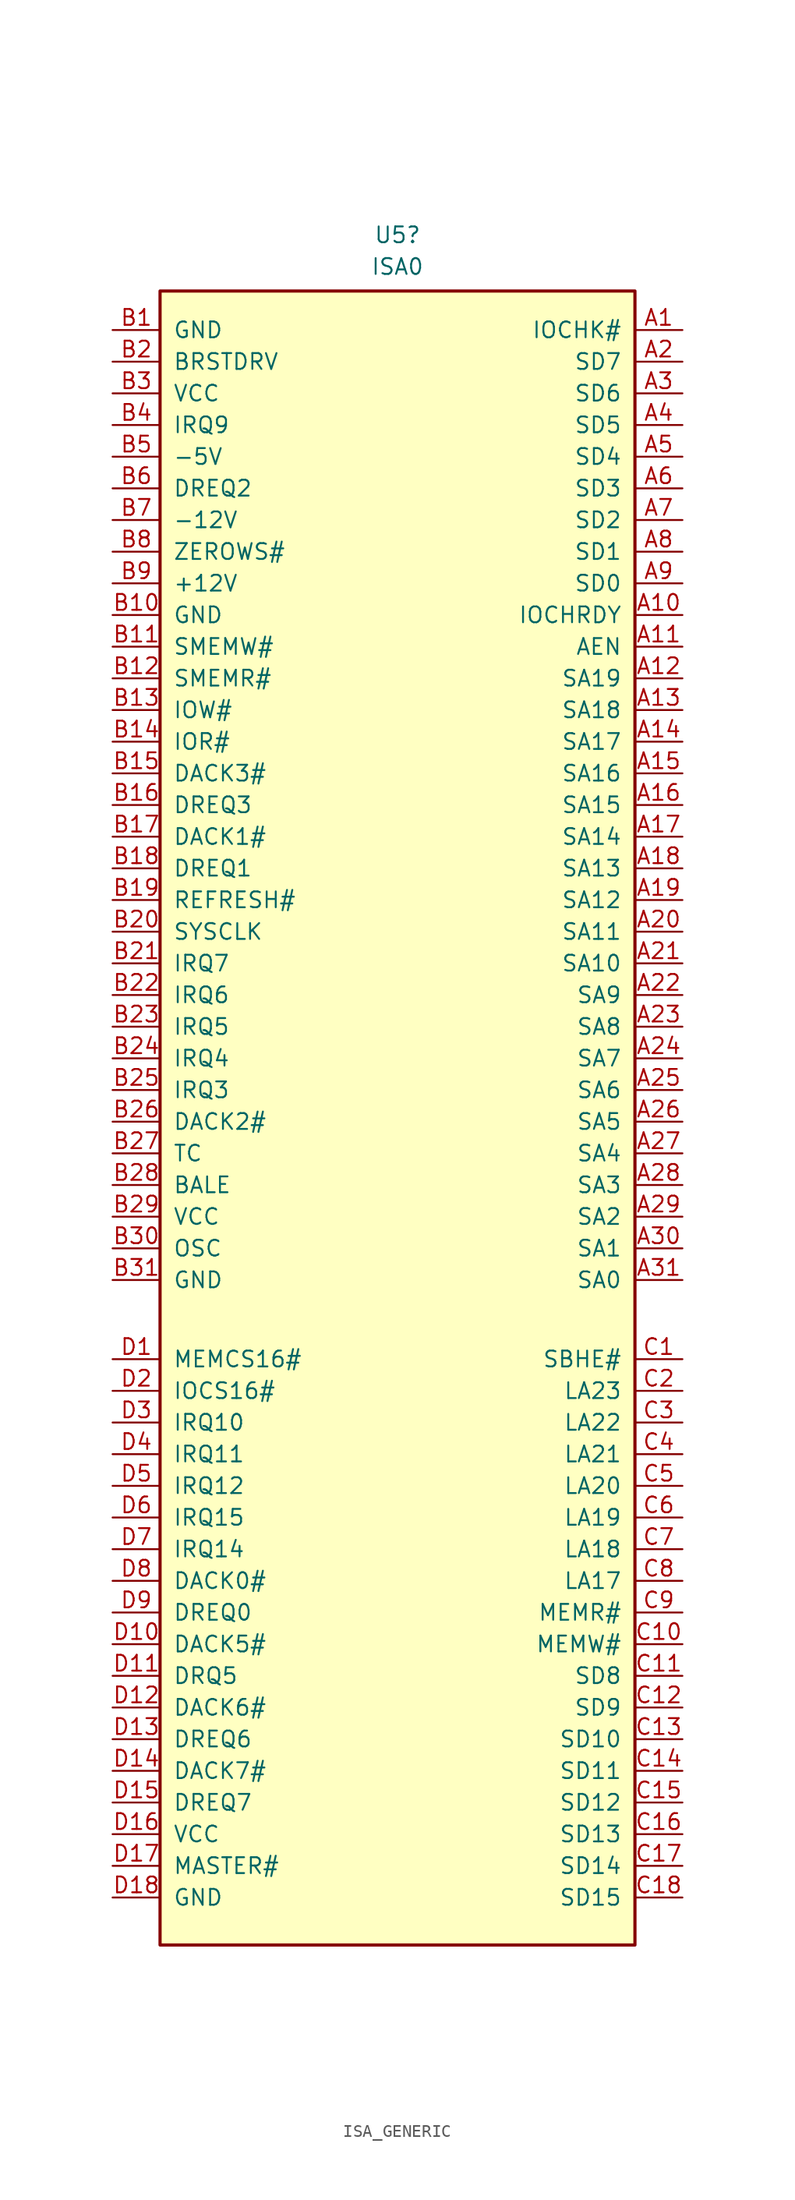
<source format=kicad_sym>
(kicad_symbol_lib
  (version 20240819)
  (generator "kicad_symbol_editor")
  (generator_version "8.99")
  (symbol "ISA_GENERIC"
    (pin_names
      (offset 1.016))
    (property "Reference" "U5"
      (at -2.54 72.39 0)
      (effects (font (size 1.27 1.27))))
    (property "Value" "ISA0"
      (at -2.54 69.85 0)
      (effects (font (size 1.27 1.27))))
    (symbol "ISA_GENERIC_0_1"
      (rectangle (start -21.59 67.9) (end 16.51 -64.77) (stroke (width 0.254) (type default)) (fill (type background))))
    (symbol "ISA_GENERIC_1_1"
      (pin output line (at -25.4 64.77 0) (length 3.81) (name "GND" (effects (font (size 1.27 1.27)))) (number "B1" (effects (font (size 1.27 1.27)))))
      (pin input line (at -25.4 62.23 0) (length 3.81) (name "BRSTDRV" (effects (font (size 1.27 1.27)))) (number "B2" (effects (font (size 1.27 1.27)))))
      (pin input line (at -25.4 59.69 0) (length 3.81) (name "VCC" (effects (font (size 1.27 1.27)))) (number "B3" (effects (font (size 1.27 1.27)))))
      (pin input line (at -25.4 57.15 0) (length 3.81) (name "IRQ9" (effects (font (size 1.27 1.27)))) (number "B4" (effects (font (size 1.27 1.27)))))
      (pin input line (at -25.4 54.61 0) (length 3.81) (name "-5V" (effects (font (size 1.27 1.27)))) (number "B5" (effects (font (size 1.27 1.27)))))
      (pin input line (at -25.4 52.07 0) (length 3.81) (name "DREQ2" (effects (font (size 1.27 1.27)))) (number "B6" (effects (font (size 1.27 1.27)))))
      (pin input line (at -25.4 49.53 0) (length 3.81) (name "-12V" (effects (font (size 1.27 1.27)))) (number "B7" (effects (font (size 1.27 1.27)))))
      (pin input line (at -25.4 46.99 0) (length 3.81) (name "ZEROWS#" (effects (font (size 1.27 1.27)))) (number "B8" (effects (font (size 1.27 1.27)))))
      (pin input line (at -25.4 44.45 0) (length 3.81) (name "+12V" (effects (font (size 1.27 1.27)))) (number "B9" (effects (font (size 1.27 1.27)))))
      (pin output line (at -25.4 41.91 0) (length 3.81) (name "GND" (effects (font (size 1.27 1.27)))) (number "B10" (effects (font (size 1.27 1.27)))))
      (pin input line (at -25.4 39.37 0) (length 3.81) (name "SMEMW#" (effects (font (size 1.27 1.27)))) (number "B11" (effects (font (size 1.27 1.27)))))
      (pin input line (at -25.4 36.83 0) (length 3.81) (name "SMEMR#" (effects (font (size 1.27 1.27)))) (number "B12" (effects (font (size 1.27 1.27)))))
      (pin input line (at -25.4 34.29 0) (length 3.81) (name "IOW#" (effects (font (size 1.27 1.27)))) (number "B13" (effects (font (size 1.27 1.27)))))
      (pin input line (at -25.4 31.75 0) (length 3.81) (name "IOR#" (effects (font (size 1.27 1.27)))) (number "B14" (effects (font (size 1.27 1.27)))))
      (pin input line (at -25.4 29.21 0) (length 3.81) (name "DACK3#" (effects (font (size 1.27 1.27)))) (number "B15" (effects (font (size 1.27 1.27)))))
      (pin input line (at -25.4 26.67 0) (length 3.81) (name "DREQ3" (effects (font (size 1.27 1.27)))) (number "B16" (effects (font (size 1.27 1.27)))))
      (pin input line (at -25.4 24.13 0) (length 3.81) (name "DACK1#" (effects (font (size 1.27 1.27)))) (number "B17" (effects (font (size 1.27 1.27)))))
      (pin input line (at -25.4 21.59 0) (length 3.81) (name "DREQ1" (effects (font (size 1.27 1.27)))) (number "B18" (effects (font (size 1.27 1.27)))))
      (pin input line (at -25.4 19.05 0) (length 3.81) (name "REFRESH#" (effects (font (size 1.27 1.27)))) (number "B19" (effects (font (size 1.27 1.27)))))
      (pin input line (at -25.4 16.51 0) (length 3.81) (name "SYSCLK" (effects (font (size 1.27 1.27)))) (number "B20" (effects (font (size 1.27 1.27)))))
      (pin input line (at -25.4 13.97 0) (length 3.81) (name "IRQ7" (effects (font (size 1.27 1.27)))) (number "B21" (effects (font (size 1.27 1.27)))))
      (pin input line (at -25.4 11.43 0) (length 3.81) (name "IRQ6" (effects (font (size 1.27 1.27)))) (number "B22" (effects (font (size 1.27 1.27)))))
      (pin input line (at -25.4 8.89 0) (length 3.81) (name "IRQ5" (effects (font (size 1.27 1.27)))) (number "B23" (effects (font (size 1.27 1.27)))))
      (pin input line (at -25.4 6.35 0) (length 3.81) (name "IRQ4" (effects (font (size 1.27 1.27)))) (number "B24" (effects (font (size 1.27 1.27)))))
      (pin input line (at -25.4 3.81 0) (length 3.81) (name "IRQ3" (effects (font (size 1.27 1.27)))) (number "B25" (effects (font (size 1.27 1.27)))))
      (pin input line (at -25.4 1.27 0) (length 3.81) (name "DACK2#" (effects (font (size 1.27 1.27)))) (number "B26" (effects (font (size 1.27 1.27)))))
      (pin input line (at -25.4 -1.27 0) (length 3.81) (name "TC" (effects (font (size 1.27 1.27)))) (number "B27" (effects (font (size 1.27 1.27)))))
      (pin input line (at -25.4 -3.81 0) (length 3.81) (name "BALE" (effects (font (size 1.27 1.27)))) (number "B28" (effects (font (size 1.27 1.27)))))
      (pin input line (at -25.4 -6.35 0) (length 3.81) (name "VCC" (effects (font (size 1.27 1.27)))) (number "B29" (effects (font (size 1.27 1.27)))))
      (pin input line (at -25.4 -8.89 0) (length 3.81) (name "OSC" (effects (font (size 1.27 1.27)))) (number "B30" (effects (font (size 1.27 1.27)))))
      (pin input line (at -25.4 -11.43 0) (length 3.81) (name "GND" (effects (font (size 1.27 1.27)))) (number "B31" (effects (font (size 1.27 1.27)))))
      (pin input line (at -25.4 -17.78 0) (length 3.81) (name "MEMCS16#" (effects (font (size 1.27 1.27)))) (number "D1" (effects (font (size 1.27 1.27)))))
      (pin input line (at -25.4 -20.32 0) (length 3.81) (name "IOCS16#" (effects (font (size 1.27 1.27)))) (number "D2" (effects (font (size 1.27 1.27)))))
      (pin input line (at -25.4 -22.86 0) (length 3.81) (name "IRQ10" (effects (font (size 1.27 1.27)))) (number "D3" (effects (font (size 1.27 1.27)))))
      (pin input line (at -25.4 -25.4 0) (length 3.81) (name "IRQ11" (effects (font (size 1.27 1.27)))) (number "D4" (effects (font (size 1.27 1.27)))))
      (pin input line (at -25.4 -27.94 0) (length 3.81) (name "IRQ12" (effects (font (size 1.27 1.27)))) (number "D5" (effects (font (size 1.27 1.27)))))
      (pin input line (at -25.4 -30.48 0) (length 3.81) (name "IRQ15" (effects (font (size 1.27 1.27)))) (number "D6" (effects (font (size 1.27 1.27)))))
      (pin input line (at -25.4 -33.02 0) (length 3.81) (name "IRQ14" (effects (font (size 1.27 1.27)))) (number "D7" (effects (font (size 1.27 1.27)))))
      (pin bidirectional line (at -25.4 -35.56 0) (length 3.81) (name "DACK0#" (effects (font (size 1.27 1.27)))) (number "D8" (effects (font (size 1.27 1.27)))))
      (pin bidirectional line (at -25.4 -38.1 0) (length 3.81) (name "DREQ0" (effects (font (size 1.27 1.27)))) (number "D9" (effects (font (size 1.27 1.27)))))
      (pin bidirectional line (at -25.4 -40.64 0) (length 3.81) (name "DACK5#" (effects (font (size 1.27 1.27)))) (number "D10" (effects (font (size 1.27 1.27)))))
      (pin bidirectional line (at -25.4 -43.18 0) (length 3.81) (name "DRQ5" (effects (font (size 1.27 1.27)))) (number "D11" (effects (font (size 1.27 1.27)))))
      (pin bidirectional line (at -25.4 -45.72 0) (length 3.81) (name "DACK6#" (effects (font (size 1.27 1.27)))) (number "D12" (effects (font (size 1.27 1.27)))))
      (pin bidirectional line (at -25.4 -48.26 0) (length 3.81) (name "DREQ6" (effects (font (size 1.27 1.27)))) (number "D13" (effects (font (size 1.27 1.27)))))
      (pin bidirectional line (at -25.4 -50.8 0) (length 3.81) (name "DACK7#" (effects (font (size 1.27 1.27)))) (number "D14" (effects (font (size 1.27 1.27)))))
      (pin bidirectional line (at -25.4 -53.34 0) (length 3.81) (name "DREQ7" (effects (font (size 1.27 1.27)))) (number "D15" (effects (font (size 1.27 1.27)))))
      (pin bidirectional line (at -25.4 -55.88 0) (length 3.81) (name "VCC" (effects (font (size 1.27 1.27)))) (number "D16" (effects (font (size 1.27 1.27)))))
      (pin bidirectional line (at -25.4 -58.42 0) (length 3.81) (name "MASTER#" (effects (font (size 1.27 1.27)))) (number "D17" (effects (font (size 1.27 1.27)))))
      (pin output line (at -25.4 -60.96 0) (length 3.81) (name "GND" (effects (font (size 1.27 1.27)))) (number "D18" (effects (font (size 1.27 1.27)))))
      (pin bidirectional line (at 20.32 64.77 180) (length 3.81) (name "IOCHK#" (effects (font (size 1.27 1.27)))) (number "A1" (effects (font (size 1.27 1.27)))))
      (pin bidirectional line (at 20.32 62.23 180) (length 3.81) (name "SD7" (effects (font (size 1.27 1.27)))) (number "A2" (effects (font (size 1.27 1.27)))))
      (pin bidirectional line (at 20.32 59.69 180) (length 3.81) (name "SD6" (effects (font (size 1.27 1.27)))) (number "A3" (effects (font (size 1.27 1.27)))))
      (pin bidirectional line (at 20.32 57.15 180) (length 3.81) (name "SD5" (effects (font (size 1.27 1.27)))) (number "A4" (effects (font (size 1.27 1.27)))))
      (pin bidirectional line (at 20.32 54.61 180) (length 3.81) (name "SD4" (effects (font (size 1.27 1.27)))) (number "A5" (effects (font (size 1.27 1.27)))))
      (pin bidirectional line (at 20.32 52.07 180) (length 3.81) (name "SD3" (effects (font (size 1.27 1.27)))) (number "A6" (effects (font (size 1.27 1.27)))))
      (pin bidirectional line (at 20.32 49.53 180) (length 3.81) (name "SD2" (effects (font (size 1.27 1.27)))) (number "A7" (effects (font (size 1.27 1.27)))))
      (pin bidirectional line (at 20.32 46.99 180) (length 3.81) (name "SD1" (effects (font (size 1.27 1.27)))) (number "A8" (effects (font (size 1.27 1.27)))))
      (pin bidirectional line (at 20.32 44.45 180) (length 3.81) (name "SD0" (effects (font (size 1.27 1.27)))) (number "A9" (effects (font (size 1.27 1.27)))))
      (pin bidirectional line (at 20.32 41.91 180) (length 3.81) (name "IOCHRDY" (effects (font (size 1.27 1.27)))) (number "A10" (effects (font (size 1.27 1.27)))))
      (pin bidirectional line (at 20.32 39.37 180) (length 3.81) (name "AEN" (effects (font (size 1.27 1.27)))) (number "A11" (effects (font (size 1.27 1.27)))))
      (pin bidirectional line (at 20.32 36.83 180) (length 3.81) (name "SA19" (effects (font (size 1.27 1.27)))) (number "A12" (effects (font (size 1.27 1.27)))))
      (pin bidirectional line (at 20.32 34.29 180) (length 3.81) (name "SA18" (effects (font (size 1.27 1.27)))) (number "A13" (effects (font (size 1.27 1.27)))))
      (pin bidirectional line (at 20.32 31.75 180) (length 3.81) (name "SA17" (effects (font (size 1.27 1.27)))) (number "A14" (effects (font (size 1.27 1.27)))))
      (pin bidirectional line (at 20.32 29.21 180) (length 3.81) (name "SA16" (effects (font (size 1.27 1.27)))) (number "A15" (effects (font (size 1.27 1.27)))))
      (pin bidirectional line (at 20.32 26.67 180) (length 3.81) (name "SA15" (effects (font (size 1.27 1.27)))) (number "A16" (effects (font (size 1.27 1.27)))))
      (pin bidirectional line (at 20.32 24.13 180) (length 3.81) (name "SA14" (effects (font (size 1.27 1.27)))) (number "A17" (effects (font (size 1.27 1.27)))))
      (pin bidirectional line (at 20.32 21.59 180) (length 3.81) (name "SA13" (effects (font (size 1.27 1.27)))) (number "A18" (effects (font (size 1.27 1.27)))))
      (pin bidirectional line (at 20.32 19.05 180) (length 3.81) (name "SA12" (effects (font (size 1.27 1.27)))) (number "A19" (effects (font (size 1.27 1.27)))))
      (pin bidirectional line (at 20.32 16.51 180) (length 3.81) (name "SA11" (effects (font (size 1.27 1.27)))) (number "A20" (effects (font (size 1.27 1.27)))))
      (pin bidirectional line (at 20.32 13.97 180) (length 3.81) (name "SA10" (effects (font (size 1.27 1.27)))) (number "A21" (effects (font (size 1.27 1.27)))))
      (pin bidirectional line (at 20.32 11.43 180) (length 3.81) (name "SA9" (effects (font (size 1.27 1.27)))) (number "A22" (effects (font (size 1.27 1.27)))))
      (pin bidirectional line (at 20.32 8.89 180) (length 3.81) (name "SA8" (effects (font (size 1.27 1.27)))) (number "A23" (effects (font (size 1.27 1.27)))))
      (pin bidirectional line (at 20.32 6.35 180) (length 3.81) (name "SA7" (effects (font (size 1.27 1.27)))) (number "A24" (effects (font (size 1.27 1.27)))))
      (pin bidirectional line (at 20.32 3.81 180) (length 3.81) (name "SA6" (effects (font (size 1.27 1.27)))) (number "A25" (effects (font (size 1.27 1.27)))))
      (pin bidirectional line (at 20.32 1.27 180) (length 3.81) (name "SA5" (effects (font (size 1.27 1.27)))) (number "A26" (effects (font (size 1.27 1.27)))))
      (pin bidirectional line (at 20.32 -1.27 180) (length 3.81) (name "SA4" (effects (font (size 1.27 1.27)))) (number "A27" (effects (font (size 1.27 1.27)))))
      (pin bidirectional line (at 20.32 -3.81 180) (length 3.81) (name "SA3" (effects (font (size 1.27 1.27)))) (number "A28" (effects (font (size 1.27 1.27)))))
      (pin bidirectional line (at 20.32 -6.35 180) (length 3.81) (name "SA2" (effects (font (size 1.27 1.27)))) (number "A29" (effects (font (size 1.27 1.27)))))
      (pin bidirectional line (at 20.32 -8.89 180) (length 3.81) (name "SA1" (effects (font (size 1.27 1.27)))) (number "A30" (effects (font (size 1.27 1.27)))))
      (pin bidirectional line (at 20.32 -11.43 180) (length 3.81) (name "SA0" (effects (font (size 1.27 1.27)))) (number "A31" (effects (font (size 1.27 1.27)))))
      (pin bidirectional line (at 20.32 -17.78 180) (length 3.81) (name "SBHE#" (effects (font (size 1.27 1.27)))) (number "C1" (effects (font (size 1.27 1.27)))))
      (pin bidirectional line (at 20.32 -20.32 180) (length 3.81) (name "LA23" (effects (font (size 1.27 1.27)))) (number "C2" (effects (font (size 1.27 1.27)))))
      (pin bidirectional line (at 20.32 -22.86 180) (length 3.81) (name "LA22" (effects (font (size 1.27 1.27)))) (number "C3" (effects (font (size 1.27 1.27)))))
      (pin bidirectional line (at 20.32 -25.4 180) (length 3.81) (name "LA21" (effects (font (size 1.27 1.27)))) (number "C4" (effects (font (size 1.27 1.27)))))
      (pin bidirectional line (at 20.32 -27.94 180) (length 3.81) (name "LA20" (effects (font (size 1.27 1.27)))) (number "C5" (effects (font (size 1.27 1.27)))))
      (pin bidirectional line (at 20.32 -30.48 180) (length 3.81) (name "LA19" (effects (font (size 1.27 1.27)))) (number "C6" (effects (font (size 1.27 1.27)))))
      (pin bidirectional line (at 20.32 -33.02 180) (length 3.81) (name "LA18" (effects (font (size 1.27 1.27)))) (number "C7" (effects (font (size 1.27 1.27)))))
      (pin bidirectional line (at 20.32 -35.56 180) (length 3.81) (name "LA17" (effects (font (size 1.27 1.27)))) (number "C8" (effects (font (size 1.27 1.27)))))
      (pin bidirectional line (at 20.32 -38.1 180) (length 3.81) (name "MEMR#" (effects (font (size 1.27 1.27)))) (number "C9" (effects (font (size 1.27 1.27)))))
      (pin bidirectional line (at 20.32 -40.64 180) (length 3.81) (name "MEMW#" (effects (font (size 1.27 1.27)))) (number "C10" (effects (font (size 1.27 1.27)))))
      (pin bidirectional line (at 20.32 -43.18 180) (length 3.81) (name "SD8" (effects (font (size 1.27 1.27)))) (number "C11" (effects (font (size 1.27 1.27)))))
      (pin bidirectional line (at 20.32 -45.72 180) (length 3.81) (name "SD9" (effects (font (size 1.27 1.27)))) (number "C12" (effects (font (size 1.27 1.27)))))
      (pin bidirectional line (at 20.32 -48.26 180) (length 3.81) (name "SD10" (effects (font (size 1.27 1.27)))) (number "C13" (effects (font (size 1.27 1.27)))))
      (pin bidirectional line (at 20.32 -50.8 180) (length 3.81) (name "SD11" (effects (font (size 1.27 1.27)))) (number "C14" (effects (font (size 1.27 1.27)))))
      (pin bidirectional line (at 20.32 -53.34 180) (length 3.81) (name "SD12" (effects (font (size 1.27 1.27)))) (number "C15" (effects (font (size 1.27 1.27)))))
      (pin bidirectional line (at 20.32 -55.88 180) (length 3.81) (name "SD13" (effects (font (size 1.27 1.27)))) (number "C16" (effects (font (size 1.27 1.27)))))
      (pin bidirectional line (at 20.32 -58.42 180) (length 3.81) (name "SD14" (effects (font (size 1.27 1.27)))) (number "C17" (effects (font (size 1.27 1.27)))))
      (pin bidirectional line (at 20.32 -60.96 180) (length 3.81) (name "SD15" (effects (font (size 1.27 1.27)))) (number "C18" (effects (font (size 1.27 1.27))))))))
</source>
